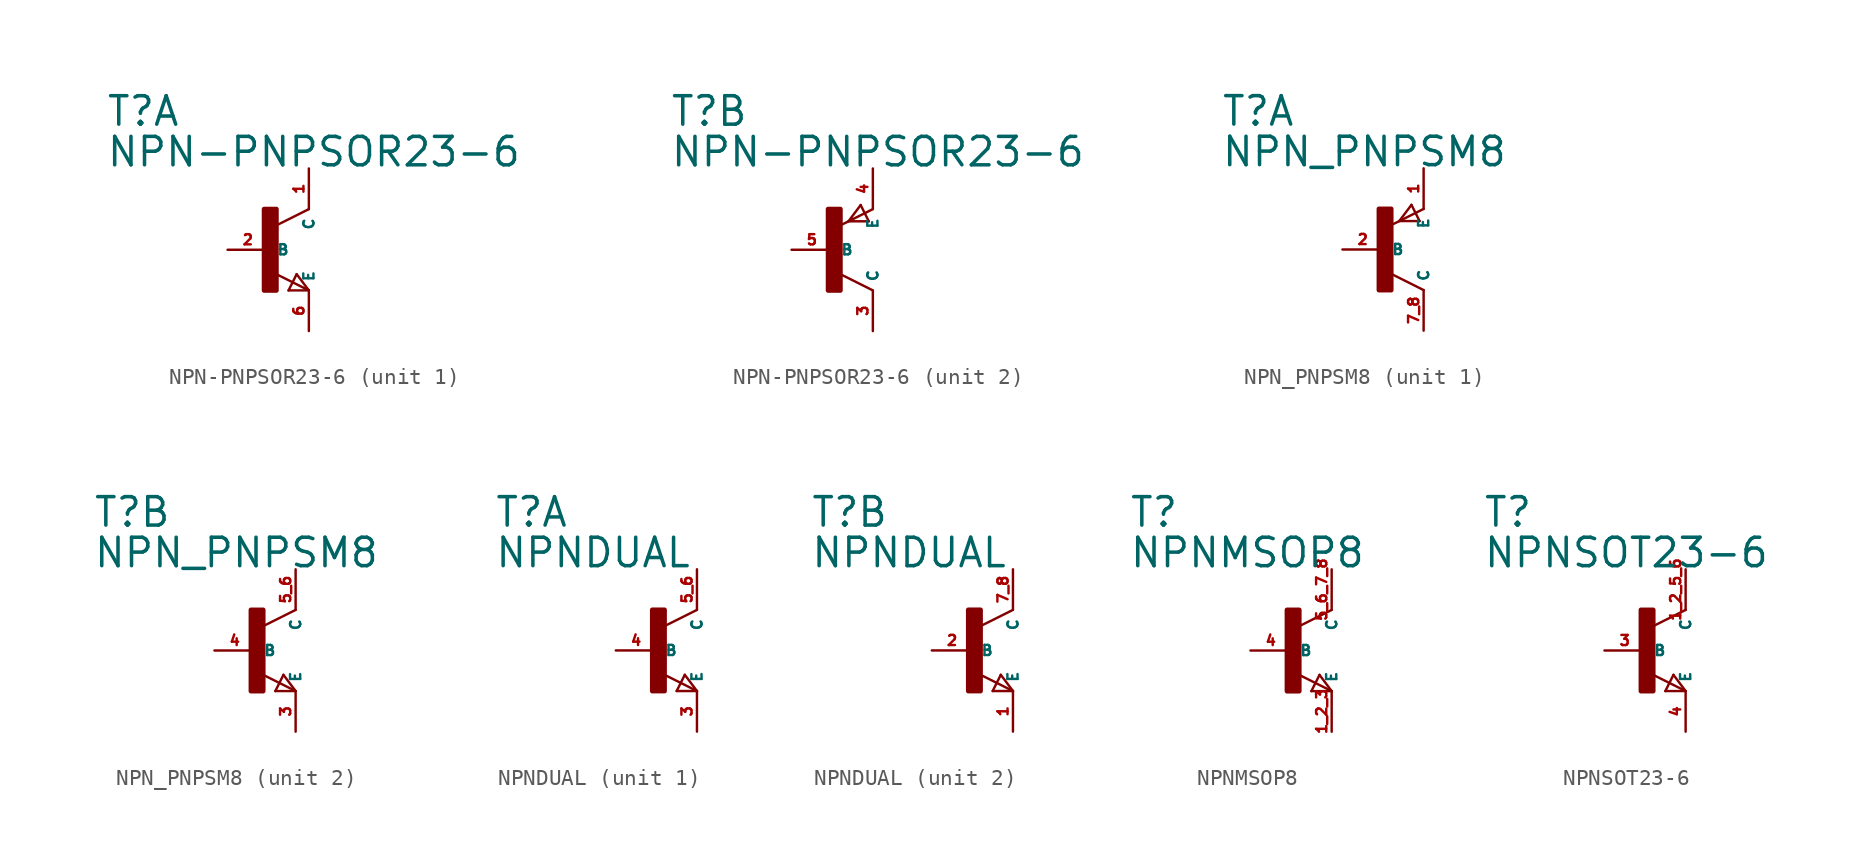
<source format=kicad_sym>
(kicad_symbol_lib
  (version 20220914)
  (generator Eagle2Kicad)
  (symbol "NPN-PNPSOR23-6"
    (property "Reference" "T"
      (at -10.16 7.62 0)
      (effects (font (size 1.778 1.778) (thickness 0.22)) (justify left bottom)))
    (property "Value" "NPN-PNPSOR23-6"
      (at -10.16 5.08 0)
      (effects (font (size 1.778 1.778) (thickness 0.22)) (justify left bottom)))
    (symbol "NPN-PNPSOR23-6_1_0"
      (polyline (pts (xy 2.54 2.54) (xy 0.508 1.524)) (stroke (width 0.152) (type default)) (fill (type none)))
      (polyline (pts (xy 2.54 -2.54) (xy 0.508 -1.524)) (stroke (width 0.152) (type default)) (fill (type none)))
      (polyline (pts (xy 1.778 -1.524) (xy 2.54 -2.54)) (stroke (width 0.152) (type default)) (fill (type none)))
      (polyline (pts (xy 2.54 -2.54) (xy 1.27 -2.54)) (stroke (width 0.152) (type default)) (fill (type none)))
      (polyline (pts (xy 1.27 -2.54) (xy 1.778 -1.524)) (stroke (width 0.152) (type default)) (fill (type none)))
      (rectangle (start -0.254 -2.54) (end 0.508 2.54) (stroke (width 0.3) (type default)) (fill (type outline)))
      (pin passive line (at -2.54 0 0) (length 2.54) (name "B" (effects (font (size 0.635 0.635) (thickness 0.08)) (justify left bottom))) (number "2" (effects (font (size 0.635 0.635) (thickness 0.08)) (justify left bottom))))
      (pin passive line (at 2.54 -5.08 90) (length 2.54) (name "E" (effects (font (size 0.635 0.635) (thickness 0.08)) (justify left bottom))) (number "6" (effects (font (size 0.635 0.635) (thickness 0.08)) (justify left bottom))))
      (pin passive line (at 2.54 5.08 270) (length 2.54) (name "C" (effects (font (size 0.635 0.635) (thickness 0.08)) (justify left bottom))) (number "1" (effects (font (size 0.635 0.635) (thickness 0.08)) (justify left bottom)))))
    (symbol "NPN-PNPSOR23-6_2_0"
      (polyline (pts (xy 2.286 1.778) (xy 1.778 2.794)) (stroke (width 0.152) (type default)) (fill (type none)))
      (polyline (pts (xy 1.778 2.794) (xy 1.016 1.778)) (stroke (width 0.152) (type default)) (fill (type none)))
      (polyline (pts (xy 1.016 1.778) (xy 2.286 1.778)) (stroke (width 0.152) (type default)) (fill (type none)))
      (polyline (pts (xy 2.54 2.54) (xy 0.508 1.524)) (stroke (width 0.152) (type default)) (fill (type none)))
      (polyline (pts (xy 2.54 -2.54) (xy 0.508 -1.524)) (stroke (width 0.152) (type default)) (fill (type none)))
      (rectangle (start -0.254 -2.54) (end 0.508 2.54) (stroke (width 0.3) (type default)) (fill (type outline)))
      (pin passive line (at -2.54 0 0) (length 2.54) (name "B" (effects (font (size 0.635 0.635) (thickness 0.08)) (justify left bottom))) (number "5" (effects (font (size 0.635 0.635) (thickness 0.08)) (justify left bottom))))
      (pin passive line (at 2.54 5.08 270) (length 2.54) (name "E" (effects (font (size 0.635 0.635) (thickness 0.08)) (justify left bottom))) (number "4" (effects (font (size 0.635 0.635) (thickness 0.08)) (justify left bottom))))
      (pin passive line (at 2.54 -5.08 90) (length 2.54) (name "C" (effects (font (size 0.635 0.635) (thickness 0.08)) (justify left bottom))) (number "3" (effects (font (size 0.635 0.635) (thickness 0.08)) (justify left bottom))))))
  (symbol "NPN_PNPSM8"
    (property "Reference" "T"
      (at -10.16 7.62 0)
      (effects (font (size 1.778 1.778) (thickness 0.22)) (justify left bottom)))
    (property "Value" "NPN_PNPSM8"
      (at -10.16 5.08 0)
      (effects (font (size 1.778 1.778) (thickness 0.22)) (justify left bottom)))
    (symbol "NPN_PNPSM8_1_0"
      (polyline (pts (xy 2.286 1.778) (xy 1.778 2.794)) (stroke (width 0.152) (type default)) (fill (type none)))
      (polyline (pts (xy 1.778 2.794) (xy 1.016 1.778)) (stroke (width 0.152) (type default)) (fill (type none)))
      (polyline (pts (xy 1.016 1.778) (xy 2.286 1.778)) (stroke (width 0.152) (type default)) (fill (type none)))
      (polyline (pts (xy 2.54 2.54) (xy 0.508 1.524)) (stroke (width 0.152) (type default)) (fill (type none)))
      (polyline (pts (xy 2.54 -2.54) (xy 0.508 -1.524)) (stroke (width 0.152) (type default)) (fill (type none)))
      (rectangle (start -0.254 -2.54) (end 0.508 2.54) (stroke (width 0.3) (type default)) (fill (type outline)))
      (pin passive line (at -2.54 0 0) (length 2.54) (name "B" (effects (font (size 0.635 0.635) (thickness 0.08)) (justify left bottom))) (number "2" (effects (font (size 0.635 0.635) (thickness 0.08)) (justify left bottom))))
      (pin passive line (at 2.54 5.08 270) (length 2.54) (name "E" (effects (font (size 0.635 0.635) (thickness 0.08)) (justify left bottom))) (number "1" (effects (font (size 0.635 0.635) (thickness 0.08)) (justify left bottom))))
      (pin passive line (at 2.54 -5.08 90) (length 2.54) (name "C" (effects (font (size 0.635 0.635) (thickness 0.08)) (justify left bottom))) (number "7 8" (effects (font (size 0.635 0.635) (thickness 0.08)) (justify left bottom)))))
    (symbol "NPN_PNPSM8_2_0"
      (polyline (pts (xy 2.54 2.54) (xy 0.508 1.524)) (stroke (width 0.152) (type default)) (fill (type none)))
      (polyline (pts (xy 2.54 -2.54) (xy 0.508 -1.524)) (stroke (width 0.152) (type default)) (fill (type none)))
      (polyline (pts (xy 1.778 -1.524) (xy 2.54 -2.54)) (stroke (width 0.152) (type default)) (fill (type none)))
      (polyline (pts (xy 2.54 -2.54) (xy 1.27 -2.54)) (stroke (width 0.152) (type default)) (fill (type none)))
      (polyline (pts (xy 1.27 -2.54) (xy 1.778 -1.524)) (stroke (width 0.152) (type default)) (fill (type none)))
      (rectangle (start -0.254 -2.54) (end 0.508 2.54) (stroke (width 0.3) (type default)) (fill (type outline)))
      (pin passive line (at -2.54 0 0) (length 2.54) (name "B" (effects (font (size 0.635 0.635) (thickness 0.08)) (justify left bottom))) (number "4" (effects (font (size 0.635 0.635) (thickness 0.08)) (justify left bottom))))
      (pin passive line (at 2.54 -5.08 90) (length 2.54) (name "E" (effects (font (size 0.635 0.635) (thickness 0.08)) (justify left bottom))) (number "3" (effects (font (size 0.635 0.635) (thickness 0.08)) (justify left bottom))))
      (pin passive line (at 2.54 5.08 270) (length 2.54) (name "C" (effects (font (size 0.635 0.635) (thickness 0.08)) (justify left bottom))) (number "5 6" (effects (font (size 0.635 0.635) (thickness 0.08)) (justify left bottom))))))
  (symbol "NPNDUAL"
    (property "Reference" "T"
      (at -10.16 7.62 0)
      (effects (font (size 1.778 1.778) (thickness 0.22)) (justify left bottom)))
    (property "Value" "NPNDUAL"
      (at -10.16 5.08 0)
      (effects (font (size 1.778 1.778) (thickness 0.22)) (justify left bottom)))
    (symbol "NPNDUAL_1_0"
      (polyline (pts (xy 2.54 2.54) (xy 0.508 1.524)) (stroke (width 0.152) (type default)) (fill (type none)))
      (polyline (pts (xy 2.54 -2.54) (xy 0.508 -1.524)) (stroke (width 0.152) (type default)) (fill (type none)))
      (polyline (pts (xy 1.778 -1.524) (xy 2.54 -2.54)) (stroke (width 0.152) (type default)) (fill (type none)))
      (polyline (pts (xy 2.54 -2.54) (xy 1.27 -2.54)) (stroke (width 0.152) (type default)) (fill (type none)))
      (polyline (pts (xy 1.27 -2.54) (xy 1.778 -1.524)) (stroke (width 0.152) (type default)) (fill (type none)))
      (rectangle (start -0.254 -2.54) (end 0.508 2.54) (stroke (width 0.3) (type default)) (fill (type outline)))
      (pin passive line (at -2.54 0 0) (length 2.54) (name "B" (effects (font (size 0.635 0.635) (thickness 0.08)) (justify left bottom))) (number "4" (effects (font (size 0.635 0.635) (thickness 0.08)) (justify left bottom))))
      (pin passive line (at 2.54 -5.08 90) (length 2.54) (name "E" (effects (font (size 0.635 0.635) (thickness 0.08)) (justify left bottom))) (number "3" (effects (font (size 0.635 0.635) (thickness 0.08)) (justify left bottom))))
      (pin passive line (at 2.54 5.08 270) (length 2.54) (name "C" (effects (font (size 0.635 0.635) (thickness 0.08)) (justify left bottom))) (number "5 6" (effects (font (size 0.635 0.635) (thickness 0.08)) (justify left bottom)))))
    (symbol "NPNDUAL_2_0"
      (polyline (pts (xy 2.54 2.54) (xy 0.508 1.524)) (stroke (width 0.152) (type default)) (fill (type none)))
      (polyline (pts (xy 2.54 -2.54) (xy 0.508 -1.524)) (stroke (width 0.152) (type default)) (fill (type none)))
      (polyline (pts (xy 1.778 -1.524) (xy 2.54 -2.54)) (stroke (width 0.152) (type default)) (fill (type none)))
      (polyline (pts (xy 2.54 -2.54) (xy 1.27 -2.54)) (stroke (width 0.152) (type default)) (fill (type none)))
      (polyline (pts (xy 1.27 -2.54) (xy 1.778 -1.524)) (stroke (width 0.152) (type default)) (fill (type none)))
      (rectangle (start -0.254 -2.54) (end 0.508 2.54) (stroke (width 0.3) (type default)) (fill (type outline)))
      (pin passive line (at -2.54 0 0) (length 2.54) (name "B" (effects (font (size 0.635 0.635) (thickness 0.08)) (justify left bottom))) (number "2" (effects (font (size 0.635 0.635) (thickness 0.08)) (justify left bottom))))
      (pin passive line (at 2.54 -5.08 90) (length 2.54) (name "E" (effects (font (size 0.635 0.635) (thickness 0.08)) (justify left bottom))) (number "1" (effects (font (size 0.635 0.635) (thickness 0.08)) (justify left bottom))))
      (pin passive line (at 2.54 5.08 270) (length 2.54) (name "C" (effects (font (size 0.635 0.635) (thickness 0.08)) (justify left bottom))) (number "7 8" (effects (font (size 0.635 0.635) (thickness 0.08)) (justify left bottom))))))
  (symbol "NPNMSOP8"
    (property "Reference" "T"
      (at -10.16 7.62 0)
      (effects (font (size 1.778 1.778) (thickness 0.22)) (justify left bottom)))
    (property "Value" "NPNMSOP8"
      (at -10.16 5.08 0)
      (effects (font (size 1.778 1.778) (thickness 0.22)) (justify left bottom)))
    (polyline
      (pts (xy 2.54 2.54) (xy 0.508 1.524))
      (stroke (width 0.152) (type default))
      (fill (type none)))
    (polyline
      (pts (xy 2.54 -2.54) (xy 0.508 -1.524))
      (stroke (width 0.152) (type default))
      (fill (type none)))
    (polyline
      (pts (xy 1.778 -1.524) (xy 2.54 -2.54))
      (stroke (width 0.152) (type default))
      (fill (type none)))
    (polyline
      (pts (xy 2.54 -2.54) (xy 1.27 -2.54))
      (stroke (width 0.152) (type default))
      (fill (type none)))
    (polyline
      (pts (xy 1.27 -2.54) (xy 1.778 -1.524))
      (stroke (width 0.152) (type default))
      (fill (type none)))
    (rectangle
      (start -0.254 -2.54)
      (end 0.508 2.54)
      (stroke (width 0.3) (type default))
      (fill (type outline)))
    (pin passive line
      (at -2.54 0 0)
      (length 2.54)
      (name "B" (effects (font (size 0.635 0.635) (thickness 0.08)) (justify left bottom)))
      (number "4" (effects (font (size 0.635 0.635) (thickness 0.08)) (justify left bottom))))
    (pin passive line
      (at 2.54 -5.08 90)
      (length 2.54)
      (name "E" (effects (font (size 0.635 0.635) (thickness 0.08)) (justify left bottom)))
      (number "1 2 3" (effects (font (size 0.635 0.635) (thickness 0.08)) (justify left bottom))))
    (pin passive line
      (at 2.54 5.08 270)
      (length 2.54)
      (name "C" (effects (font (size 0.635 0.635) (thickness 0.08)) (justify left bottom)))
      (number "5 6 7 8" (effects (font (size 0.635 0.635) (thickness 0.08)) (justify left bottom)))))
  (symbol "NPNSOT23-6"
    (property "Reference" "T"
      (at -10.16 7.62 0)
      (effects (font (size 1.778 1.778) (thickness 0.22)) (justify left bottom)))
    (property "Value" "NPNSOT23-6"
      (at -10.16 5.08 0)
      (effects (font (size 1.778 1.778) (thickness 0.22)) (justify left bottom)))
    (polyline
      (pts (xy 2.54 2.54) (xy 0.508 1.524))
      (stroke (width 0.152) (type default))
      (fill (type none)))
    (polyline
      (pts (xy 2.54 -2.54) (xy 0.508 -1.524))
      (stroke (width 0.152) (type default))
      (fill (type none)))
    (polyline
      (pts (xy 1.778 -1.524) (xy 2.54 -2.54))
      (stroke (width 0.152) (type default))
      (fill (type none)))
    (polyline
      (pts (xy 2.54 -2.54) (xy 1.27 -2.54))
      (stroke (width 0.152) (type default))
      (fill (type none)))
    (polyline
      (pts (xy 1.27 -2.54) (xy 1.778 -1.524))
      (stroke (width 0.152) (type default))
      (fill (type none)))
    (rectangle
      (start -0.254 -2.54)
      (end 0.508 2.54)
      (stroke (width 0.3) (type default))
      (fill (type outline)))
    (pin passive line
      (at -2.54 0 0)
      (length 2.54)
      (name "B" (effects (font (size 0.635 0.635) (thickness 0.08)) (justify left bottom)))
      (number "3" (effects (font (size 0.635 0.635) (thickness 0.08)) (justify left bottom))))
    (pin passive line
      (at 2.54 -5.08 90)
      (length 2.54)
      (name "E" (effects (font (size 0.635 0.635) (thickness 0.08)) (justify left bottom)))
      (number "4" (effects (font (size 0.635 0.635) (thickness 0.08)) (justify left bottom))))
    (pin passive line
      (at 2.54 5.08 270)
      (length 2.54)
      (name "C" (effects (font (size 0.635 0.635) (thickness 0.08)) (justify left bottom)))
      (number "1 2 5 6" (effects (font (size 0.635 0.635) (thickness 0.08)) (justify left bottom))))))
</source>
